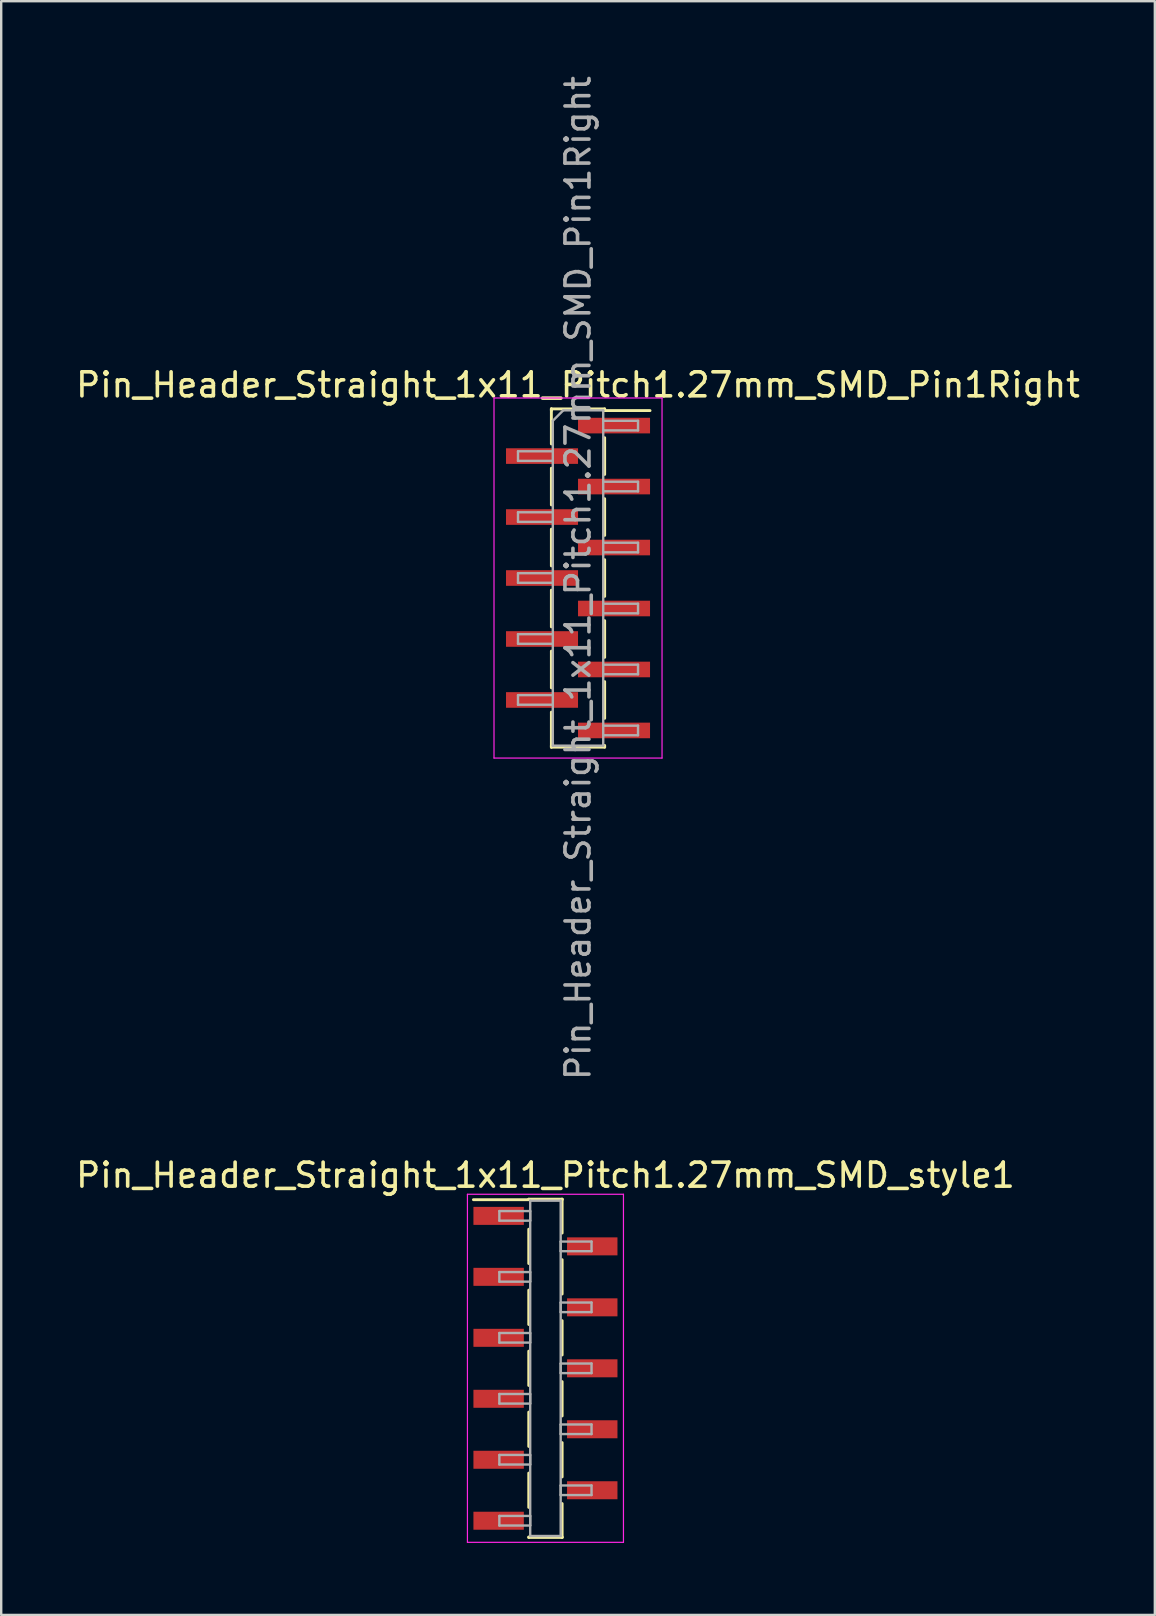
<source format=kicad_pcb>
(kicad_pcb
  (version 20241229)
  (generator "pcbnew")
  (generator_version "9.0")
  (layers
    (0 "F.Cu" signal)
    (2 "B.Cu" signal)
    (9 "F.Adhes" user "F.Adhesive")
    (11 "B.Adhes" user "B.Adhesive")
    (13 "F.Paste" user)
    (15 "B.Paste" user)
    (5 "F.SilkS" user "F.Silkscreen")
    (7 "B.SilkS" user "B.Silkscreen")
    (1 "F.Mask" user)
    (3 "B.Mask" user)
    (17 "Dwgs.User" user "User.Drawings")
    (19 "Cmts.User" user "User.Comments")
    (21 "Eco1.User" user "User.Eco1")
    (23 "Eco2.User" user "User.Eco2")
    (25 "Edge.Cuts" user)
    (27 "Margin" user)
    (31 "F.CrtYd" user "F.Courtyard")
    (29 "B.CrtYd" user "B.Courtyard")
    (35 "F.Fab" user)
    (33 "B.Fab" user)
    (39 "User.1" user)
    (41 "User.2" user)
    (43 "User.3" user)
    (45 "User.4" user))
  (footprint "Pin_Header_Straight_1x11_Pitch1.27mm_SMD_Pin1Right"
    (layer "F.Cu")
    (at 21.03 21.03)
    (property "Reference" "Pin_Header_Straight_1x11_Pitch1.27mm_SMD_Pin1Right" (at 0 -8.045 0) (layer "F.SilkS") (effects (font (size 1 1) (thickness 0.15))))
    (attr smd)
    (fp_line (start -1.11 -7.045) (end -1.11 -5.585) (stroke (width 0.12) (type solid)) (layer "F.SilkS"))
    (fp_line (start -1.11 -7.045) (end 1.11 -7.045) (stroke (width 0.12) (type solid)) (layer "F.SilkS"))
    (fp_line (start -1.11 -6.975) (end -1.11 -7.045) (stroke (width 0.12) (type solid)) (layer "F.SilkS"))
    (fp_line (start -1.11 -4.575) (end -1.11 -3.045) (stroke (width 0.12) (type solid)) (layer "F.SilkS"))
    (fp_line (start -1.11 -2.035) (end -1.11 -0.505) (stroke (width 0.12) (type solid)) (layer "F.SilkS"))
    (fp_line (start -1.11 0.505) (end -1.11 2.035) (stroke (width 0.12) (type solid)) (layer "F.SilkS"))
    (fp_line (start -1.11 3.045) (end -1.11 4.575) (stroke (width 0.12) (type solid)) (layer "F.SilkS"))
    (fp_line (start -1.11 5.585) (end -1.11 7.045) (stroke (width 0.12) (type solid)) (layer "F.SilkS"))
    (fp_line (start -1.11 6.975) (end -1.11 7.045) (stroke (width 0.12) (type solid)) (layer "F.SilkS"))
    (fp_line (start -1.11 7.045) (end 1.11 7.045) (stroke (width 0.12) (type solid)) (layer "F.SilkS"))
    (fp_line (start 1.11 -7.045) (end 1.11 -6.975) (stroke (width 0.12) (type solid)) (layer "F.SilkS"))
    (fp_line (start 1.11 -6.975) (end 3 -6.975) (stroke (width 0.12) (type solid)) (layer "F.SilkS"))
    (fp_line (start 1.11 -5.845) (end 1.11 -4.315) (stroke (width 0.12) (type solid)) (layer "F.SilkS"))
    (fp_line (start 1.11 -3.305) (end 1.11 -1.775) (stroke (width 0.12) (type solid)) (layer "F.SilkS"))
    (fp_line (start 1.11 -0.765) (end 1.11 0.765) (stroke (width 0.12) (type solid)) (layer "F.SilkS"))
    (fp_line (start 1.11 1.775) (end 1.11 3.305) (stroke (width 0.12) (type solid)) (layer "F.SilkS"))
    (fp_line (start 1.11 4.315) (end 1.11 5.845) (stroke (width 0.12) (type solid)) (layer "F.SilkS"))
    (fp_line (start 1.11 7.045) (end 1.11 6.975) (stroke (width 0.12) (type solid)) (layer "F.SilkS"))
    (fp_line (start -3.5 -7.5) (end -3.5 7.5) (stroke (width 0.05) (type solid)) (layer "F.CrtYd"))
    (fp_line (start -3.5 7.5) (end 3.5 7.5) (stroke (width 0.05) (type solid)) (layer "F.CrtYd"))
    (fp_line (start 3.5 -7.5) (end -3.5 -7.5) (stroke (width 0.05) (type solid)) (layer "F.CrtYd"))
    (fp_line (start 3.5 7.5) (end 3.5 -7.5) (stroke (width 0.05) (type solid)) (layer "F.CrtYd"))
    (fp_line (start -2.5 -5.28) (end -2.5 -4.88) (stroke (width 0.1) (type solid)) (layer "F.Fab"))
    (fp_line (start -2.5 -4.88) (end -1.05 -4.88) (stroke (width 0.1) (type solid)) (layer "F.Fab"))
    (fp_line (start -2.5 -2.74) (end -2.5 -2.34) (stroke (width 0.1) (type solid)) (layer "F.Fab"))
    (fp_line (start -2.5 -2.34) (end -1.05 -2.34) (stroke (width 0.1) (type solid)) (layer "F.Fab"))
    (fp_line (start -2.5 -0.2) (end -2.5 0.2) (stroke (width 0.1) (type solid)) (layer "F.Fab"))
    (fp_line (start -2.5 0.2) (end -1.05 0.2) (stroke (width 0.1) (type solid)) (layer "F.Fab"))
    (fp_line (start -2.5 2.34) (end -2.5 2.74) (stroke (width 0.1) (type solid)) (layer "F.Fab"))
    (fp_line (start -2.5 2.74) (end -1.05 2.74) (stroke (width 0.1) (type solid)) (layer "F.Fab"))
    (fp_line (start -2.5 4.88) (end -2.5 5.28) (stroke (width 0.1) (type solid)) (layer "F.Fab"))
    (fp_line (start -2.5 5.28) (end -1.05 5.28) (stroke (width 0.1) (type solid)) (layer "F.Fab"))
    (fp_line (start -1.05 -6.55) (end -0.615 -6.985) (stroke (width 0.1) (type solid)) (layer "F.Fab"))
    (fp_line (start -1.05 -5.28) (end -2.5 -5.28) (stroke (width 0.1) (type solid)) (layer "F.Fab"))
    (fp_line (start -1.05 -2.74) (end -2.5 -2.74) (stroke (width 0.1) (type solid)) (layer "F.Fab"))
    (fp_line (start -1.05 -0.2) (end -2.5 -0.2) (stroke (width 0.1) (type solid)) (layer "F.Fab"))
    (fp_line (start -1.05 2.34) (end -2.5 2.34) (stroke (width 0.1) (type solid)) (layer "F.Fab"))
    (fp_line (start -1.05 4.88) (end -2.5 4.88) (stroke (width 0.1) (type solid)) (layer "F.Fab"))
    (fp_line (start -1.05 6.985) (end -1.05 -6.55) (stroke (width 0.1) (type solid)) (layer "F.Fab"))
    (fp_line (start -0.615 -6.985) (end 1.05 -6.985) (stroke (width 0.1) (type solid)) (layer "F.Fab"))
    (fp_line (start 1.05 -6.985) (end 1.05 6.985) (stroke (width 0.1) (type solid)) (layer "F.Fab"))
    (fp_line (start 1.05 -6.55) (end 2.5 -6.55) (stroke (width 0.1) (type solid)) (layer "F.Fab"))
    (fp_line (start 1.05 -4.01) (end 2.5 -4.01) (stroke (width 0.1) (type solid)) (layer "F.Fab"))
    (fp_line (start 1.05 -1.47) (end 2.5 -1.47) (stroke (width 0.1) (type solid)) (layer "F.Fab"))
    (fp_line (start 1.05 1.07) (end 2.5 1.07) (stroke (width 0.1) (type solid)) (layer "F.Fab"))
    (fp_line (start 1.05 3.61) (end 2.5 3.61) (stroke (width 0.1) (type solid)) (layer "F.Fab"))
    (fp_line (start 1.05 6.15) (end 2.5 6.15) (stroke (width 0.1) (type solid)) (layer "F.Fab"))
    (fp_line (start 1.05 6.985) (end -1.05 6.985) (stroke (width 0.1) (type solid)) (layer "F.Fab"))
    (fp_line (start 2.5 -6.55) (end 2.5 -6.15) (stroke (width 0.1) (type solid)) (layer "F.Fab"))
    (fp_line (start 2.5 -6.15) (end 1.05 -6.15) (stroke (width 0.1) (type solid)) (layer "F.Fab"))
    (fp_line (start 2.5 -4.01) (end 2.5 -3.61) (stroke (width 0.1) (type solid)) (layer "F.Fab"))
    (fp_line (start 2.5 -3.61) (end 1.05 -3.61) (stroke (width 0.1) (type solid)) (layer "F.Fab"))
    (fp_line (start 2.5 -1.47) (end 2.5 -1.07) (stroke (width 0.1) (type solid)) (layer "F.Fab"))
    (fp_line (start 2.5 -1.07) (end 1.05 -1.07) (stroke (width 0.1) (type solid)) (layer "F.Fab"))
    (fp_line (start 2.5 1.07) (end 2.5 1.47) (stroke (width 0.1) (type solid)) (layer "F.Fab"))
    (fp_line (start 2.5 1.47) (end 1.05 1.47) (stroke (width 0.1) (type solid)) (layer "F.Fab"))
    (fp_line (start 2.5 3.61) (end 2.5 4.01) (stroke (width 0.1) (type solid)) (layer "F.Fab"))
    (fp_line (start 2.5 4.01) (end 1.05 4.01) (stroke (width 0.1) (type solid)) (layer "F.Fab"))
    (fp_line (start 2.5 6.15) (end 2.5 6.55) (stroke (width 0.1) (type solid)) (layer "F.Fab"))
    (fp_line (start 2.5 6.55) (end 1.05 6.55) (stroke (width 0.1) (type solid)) (layer "F.Fab"))
    (fp_text user "${REFERENCE}" (at 0 0 90) (layer "F.Fab") (effects (font (size 1 1) (thickness 0.15))))
    (pad "1" smd rect (at 1.5 -6.35) (size 3 0.65) (layers "F.Cu" "F.Mask" "F.Paste"))
    (pad "2" smd rect (at -1.5 -5.08) (size 3 0.65) (layers "F.Cu" "F.Mask" "F.Paste"))
    (pad "3" smd rect (at 1.5 -3.81) (size 3 0.65) (layers "F.Cu" "F.Mask" "F.Paste"))
    (pad "4" smd rect (at -1.5 -2.54) (size 3 0.65) (layers "F.Cu" "F.Mask" "F.Paste"))
    (pad "5" smd rect (at 1.5 -1.27) (size 3 0.65) (layers "F.Cu" "F.Mask" "F.Paste"))
    (pad "6" smd rect (at -1.5 0) (size 3 0.65) (layers "F.Cu" "F.Mask" "F.Paste"))
    (pad "7" smd rect (at 1.5 1.27) (size 3 0.65) (layers "F.Cu" "F.Mask" "F.Paste"))
    (pad "8" smd rect (at -1.5 2.54) (size 3 0.65) (layers "F.Cu" "F.Mask" "F.Paste"))
    (pad "9" smd rect (at 1.5 3.81) (size 3 0.65) (layers "F.Cu" "F.Mask" "F.Paste"))
    (pad "10" smd rect (at -1.5 5.08) (size 3 0.65) (layers "F.Cu" "F.Mask" "F.Paste"))
    (pad "11" smd rect (at 1.5 6.35) (size 3 0.65) (layers "F.Cu" "F.Mask" "F.Paste")))
  (footprint "Pin_Header_Straight_1x11_Pitch1.27mm_SMD_style1"
    (layer "F.Cu")
    (at 19.673 53.953)
    (property "Reference" "Pin_Header_Straight_1x11_Pitch1.27mm_SMD_style1" (at 0 -8.045 0) (layer "F.SilkS") (effects (font (size 1 1) (thickness 0.15))))
    (attr smd)
    (fp_line (start -0.695 -7.045) (end 0.695 -7.045) (stroke (width 0.12) (type solid)) (layer "F.SilkS"))
    (fp_line (start -0.695 -7.025) (end -3 -7.025) (stroke (width 0.12) (type solid)) (layer "F.SilkS"))
    (fp_line (start -0.695 -7.025) (end -0.695 -7.045) (stroke (width 0.12) (type solid)) (layer "F.SilkS"))
    (fp_line (start -0.695 -5.795) (end -0.695 -4.365) (stroke (width 0.12) (type solid)) (layer "F.SilkS"))
    (fp_line (start -0.695 -3.255) (end -0.695 -1.825) (stroke (width 0.12) (type solid)) (layer "F.SilkS"))
    (fp_line (start -0.695 -0.715) (end -0.695 0.715) (stroke (width 0.12) (type solid)) (layer "F.SilkS"))
    (fp_line (start -0.695 1.825) (end -0.695 3.255) (stroke (width 0.12) (type solid)) (layer "F.SilkS"))
    (fp_line (start -0.695 4.365) (end -0.695 5.795) (stroke (width 0.12) (type solid)) (layer "F.SilkS"))
    (fp_line (start -0.695 7.025) (end -0.695 7.045) (stroke (width 0.12) (type solid)) (layer "F.SilkS"))
    (fp_line (start -0.695 7.045) (end 0.695 7.045) (stroke (width 0.12) (type solid)) (layer "F.SilkS"))
    (fp_line (start 0.695 -7.045) (end 0.695 -7.025) (stroke (width 0.12) (type solid)) (layer "F.SilkS"))
    (fp_line (start 0.695 -7.045) (end 0.695 -5.635) (stroke (width 0.12) (type solid)) (layer "F.SilkS"))
    (fp_line (start 0.695 -4.525) (end 0.695 -3.095) (stroke (width 0.12) (type solid)) (layer "F.SilkS"))
    (fp_line (start 0.695 -1.985) (end 0.695 -0.555) (stroke (width 0.12) (type solid)) (layer "F.SilkS"))
    (fp_line (start 0.695 0.555) (end 0.695 1.985) (stroke (width 0.12) (type solid)) (layer "F.SilkS"))
    (fp_line (start 0.695 3.095) (end 0.695 4.525) (stroke (width 0.12) (type solid)) (layer "F.SilkS"))
    (fp_line (start 0.695 5.635) (end 0.695 7.045) (stroke (width 0.12) (type solid)) (layer "F.SilkS"))
    (fp_line (start 0.695 7.045) (end 0.695 7.025) (stroke (width 0.12) (type solid)) (layer "F.SilkS"))
    (fp_line (start -3.25 -7.25) (end -3.25 7.25) (stroke (width 0.05) (type solid)) (layer "F.CrtYd"))
    (fp_line (start -3.25 7.25) (end 3.25 7.25) (stroke (width 0.05) (type solid)) (layer "F.CrtYd"))
    (fp_line (start 3.25 -7.25) (end -3.25 -7.25) (stroke (width 0.05) (type solid)) (layer "F.CrtYd"))
    (fp_line (start 3.25 7.25) (end 3.25 -7.25) (stroke (width 0.05) (type solid)) (layer "F.CrtYd"))
    (fp_line (start -1.92 -6.55) (end -0.635 -6.55) (stroke (width 0.1) (type solid)) (layer "F.Fab"))
    (fp_line (start -1.92 -6.15) (end -1.92 -6.55) (stroke (width 0.1) (type solid)) (layer "F.Fab"))
    (fp_line (start -1.92 -4.01) (end -0.635 -4.01) (stroke (width 0.1) (type solid)) (layer "F.Fab"))
    (fp_line (start -1.92 -3.61) (end -1.92 -4.01) (stroke (width 0.1) (type solid)) (layer "F.Fab"))
    (fp_line (start -1.92 -1.47) (end -0.635 -1.47) (stroke (width 0.1) (type solid)) (layer "F.Fab"))
    (fp_line (start -1.92 -1.07) (end -1.92 -1.47) (stroke (width 0.1) (type solid)) (layer "F.Fab"))
    (fp_line (start -1.92 1.07) (end -0.635 1.07) (stroke (width 0.1) (type solid)) (layer "F.Fab"))
    (fp_line (start -1.92 1.47) (end -1.92 1.07) (stroke (width 0.1) (type solid)) (layer "F.Fab"))
    (fp_line (start -1.92 3.61) (end -0.635 3.61) (stroke (width 0.1) (type solid)) (layer "F.Fab"))
    (fp_line (start -1.92 4.01) (end -1.92 3.61) (stroke (width 0.1) (type solid)) (layer "F.Fab"))
    (fp_line (start -1.92 6.15) (end -0.635 6.15) (stroke (width 0.1) (type solid)) (layer "F.Fab"))
    (fp_line (start -1.92 6.55) (end -1.92 6.15) (stroke (width 0.1) (type solid)) (layer "F.Fab"))
    (fp_line (start -0.635 -6.985) (end -0.635 6.985) (stroke (width 0.1) (type solid)) (layer "F.Fab"))
    (fp_line (start -0.635 -6.55) (end -0.635 -6.15) (stroke (width 0.1) (type solid)) (layer "F.Fab"))
    (fp_line (start -0.635 -6.15) (end -1.92 -6.15) (stroke (width 0.1) (type solid)) (layer "F.Fab"))
    (fp_line (start -0.635 -4.01) (end -0.635 -3.61) (stroke (width 0.1) (type solid)) (layer "F.Fab"))
    (fp_line (start -0.635 -3.61) (end -1.92 -3.61) (stroke (width 0.1) (type solid)) (layer "F.Fab"))
    (fp_line (start -0.635 -1.47) (end -0.635 -1.07) (stroke (width 0.1) (type solid)) (layer "F.Fab"))
    (fp_line (start -0.635 -1.07) (end -1.92 -1.07) (stroke (width 0.1) (type solid)) (layer "F.Fab"))
    (fp_line (start -0.635 1.07) (end -0.635 1.47) (stroke (width 0.1) (type solid)) (layer "F.Fab"))
    (fp_line (start -0.635 1.47) (end -1.92 1.47) (stroke (width 0.1) (type solid)) (layer "F.Fab"))
    (fp_line (start -0.635 3.61) (end -0.635 4.01) (stroke (width 0.1) (type solid)) (layer "F.Fab"))
    (fp_line (start -0.635 4.01) (end -1.92 4.01) (stroke (width 0.1) (type solid)) (layer "F.Fab"))
    (fp_line (start -0.635 6.15) (end -0.635 6.55) (stroke (width 0.1) (type solid)) (layer "F.Fab"))
    (fp_line (start -0.635 6.55) (end -1.92 6.55) (stroke (width 0.1) (type solid)) (layer "F.Fab"))
    (fp_line (start -0.635 6.985) (end 0.635 6.985) (stroke (width 0.1) (type solid)) (layer "F.Fab"))
    (fp_line (start 0.635 -6.985) (end -0.635 -6.985) (stroke (width 0.1) (type solid)) (layer "F.Fab"))
    (fp_line (start 0.635 -5.28) (end 0.635 -4.88) (stroke (width 0.1) (type solid)) (layer "F.Fab"))
    (fp_line (start 0.635 -4.88) (end 1.92 -4.88) (stroke (width 0.1) (type solid)) (layer "F.Fab"))
    (fp_line (start 0.635 -2.74) (end 0.635 -2.34) (stroke (width 0.1) (type solid)) (layer "F.Fab"))
    (fp_line (start 0.635 -2.34) (end 1.92 -2.34) (stroke (width 0.1) (type solid)) (layer "F.Fab"))
    (fp_line (start 0.635 -0.2) (end 0.635 0.2) (stroke (width 0.1) (type solid)) (layer "F.Fab"))
    (fp_line (start 0.635 0.2) (end 1.92 0.2) (stroke (width 0.1) (type solid)) (layer "F.Fab"))
    (fp_line (start 0.635 2.34) (end 0.635 2.74) (stroke (width 0.1) (type solid)) (layer "F.Fab"))
    (fp_line (start 0.635 2.74) (end 1.92 2.74) (stroke (width 0.1) (type solid)) (layer "F.Fab"))
    (fp_line (start 0.635 4.88) (end 0.635 5.28) (stroke (width 0.1) (type solid)) (layer "F.Fab"))
    (fp_line (start 0.635 5.28) (end 1.92 5.28) (stroke (width 0.1) (type solid)) (layer "F.Fab"))
    (fp_line (start 0.635 6.985) (end 0.635 -6.985) (stroke (width 0.1) (type solid)) (layer "F.Fab"))
    (fp_line (start 1.92 -5.28) (end 0.635 -5.28) (stroke (width 0.1) (type solid)) (layer "F.Fab"))
    (fp_line (start 1.92 -4.88) (end 1.92 -5.28) (stroke (width 0.1) (type solid)) (layer "F.Fab"))
    (fp_line (start 1.92 -2.74) (end 0.635 -2.74) (stroke (width 0.1) (type solid)) (layer "F.Fab"))
    (fp_line (start 1.92 -2.34) (end 1.92 -2.74) (stroke (width 0.1) (type solid)) (layer "F.Fab"))
    (fp_line (start 1.92 -0.2) (end 0.635 -0.2) (stroke (width 0.1) (type solid)) (layer "F.Fab"))
    (fp_line (start 1.92 0.2) (end 1.92 -0.2) (stroke (width 0.1) (type solid)) (layer "F.Fab"))
    (fp_line (start 1.92 2.34) (end 0.635 2.34) (stroke (width 0.1) (type solid)) (layer "F.Fab"))
    (fp_line (start 1.92 2.74) (end 1.92 2.34) (stroke (width 0.1) (type solid)) (layer "F.Fab"))
    (fp_line (start 1.92 4.88) (end 0.635 4.88) (stroke (width 0.1) (type solid)) (layer "F.Fab"))
    (fp_line (start 1.92 5.28) (end 1.92 4.88) (stroke (width 0.1) (type solid)) (layer "F.Fab"))
    (pad "1" smd rect (at -1.95 -6.35) (size 2.1 0.75) (layers "F.Cu" "F.Mask"))
    (pad "2" smd rect (at 1.95 -5.08) (size 2.1 0.75) (layers "F.Cu" "F.Mask"))
    (pad "3" smd rect (at -1.95 -3.81) (size 2.1 0.75) (layers "F.Cu" "F.Mask"))
    (pad "4" smd rect (at 1.95 -2.54) (size 2.1 0.75) (layers "F.Cu" "F.Mask"))
    (pad "5" smd rect (at -1.95 -1.27) (size 2.1 0.75) (layers "F.Cu" "F.Mask"))
    (pad "6" smd rect (at 1.95 0) (size 2.1 0.75) (layers "F.Cu" "F.Mask"))
    (pad "7" smd rect (at -1.95 1.27) (size 2.1 0.75) (layers "F.Cu" "F.Mask"))
    (pad "8" smd rect (at 1.95 2.54) (size 2.1 0.75) (layers "F.Cu" "F.Mask"))
    (pad "9" smd rect (at -1.95 3.81) (size 2.1 0.75) (layers "F.Cu" "F.Mask"))
    (pad "10" smd rect (at 1.95 5.08) (size 2.1 0.75) (layers "F.Cu" "F.Mask"))
    (pad "11" smd rect (at -1.95 6.35) (size 2.1 0.75) (layers "F.Cu" "F.Mask")))
  (gr_rect
    (start -3 -3)
    (end 45.06 64.228)
    (stroke (width 0.1) (type default))
    (fill no)
    (layer "Edge.Cuts")))
</source>
